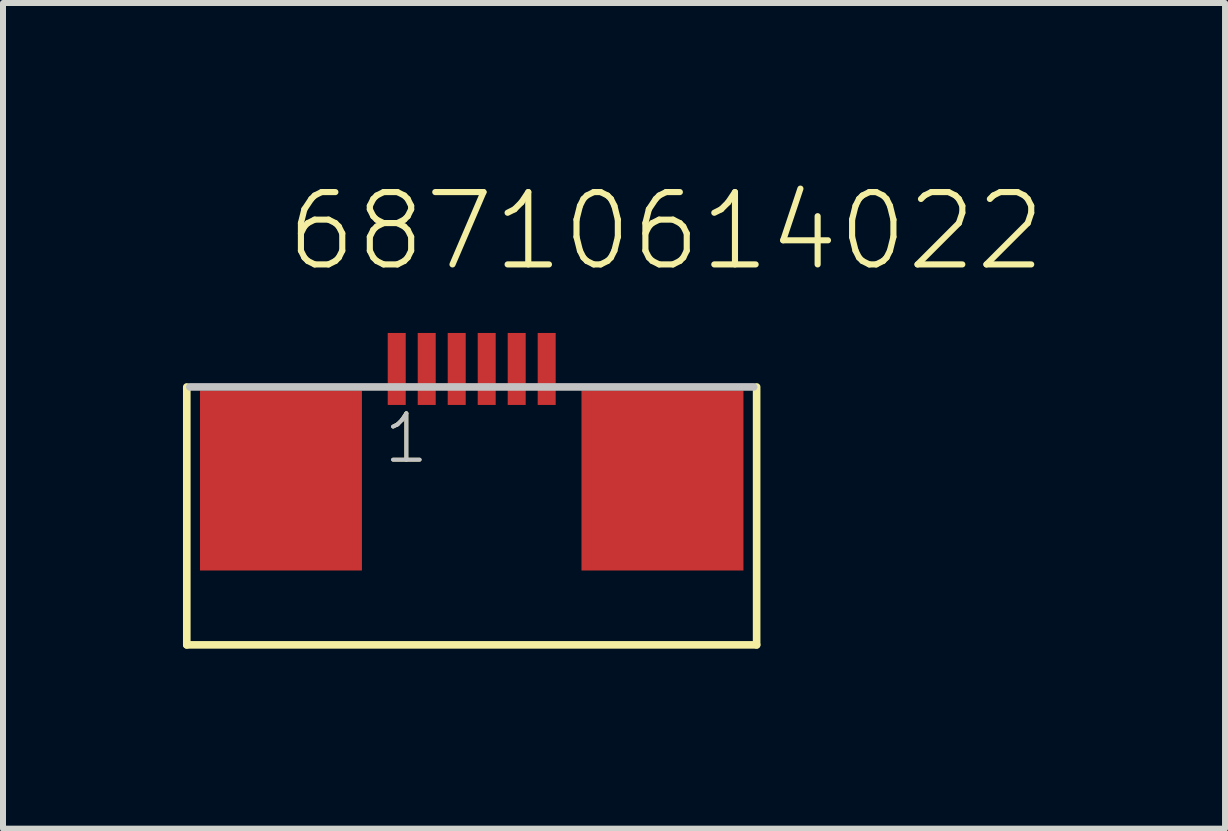
<source format=kicad_pcb>
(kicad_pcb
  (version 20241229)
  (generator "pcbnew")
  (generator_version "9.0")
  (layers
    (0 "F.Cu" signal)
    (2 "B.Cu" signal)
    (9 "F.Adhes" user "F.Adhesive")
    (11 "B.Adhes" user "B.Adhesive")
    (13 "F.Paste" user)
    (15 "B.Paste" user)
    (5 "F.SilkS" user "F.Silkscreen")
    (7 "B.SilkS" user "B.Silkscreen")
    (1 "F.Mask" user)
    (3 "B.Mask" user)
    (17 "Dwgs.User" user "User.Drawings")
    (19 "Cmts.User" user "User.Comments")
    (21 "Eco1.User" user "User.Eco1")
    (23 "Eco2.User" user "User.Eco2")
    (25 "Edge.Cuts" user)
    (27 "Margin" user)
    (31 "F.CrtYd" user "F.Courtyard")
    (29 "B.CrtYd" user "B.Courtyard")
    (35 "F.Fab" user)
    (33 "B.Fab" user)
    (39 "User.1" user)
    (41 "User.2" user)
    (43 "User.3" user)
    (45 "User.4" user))
  (footprint "68710614022"
    (layer "F.Cu")
    (at 4.814 4.961)
    (property "Reference" "68710614022" (at -3.144 -3.45 0) (layer "F.SilkS") (effects (font (size 1.206 1.206) (thickness 0.102)) (justify left bottom)))
    (attr through_hole)
    (fp_line (start -4.75 -1.56) (end -4.75 2.74) (stroke (width 0.127) (type solid)) (layer "F.SilkS"))
    (fp_line (start -4.75 2.74) (end 4.75 2.74) (stroke (width 0.127) (type solid)) (layer "F.SilkS"))
    (fp_line (start 4.75 2.74) (end 4.75 -1.56) (stroke (width 0.127) (type solid)) (layer "F.SilkS"))
    (fp_line (start 4.7 -1.56) (end -4.7 -1.56) (stroke (width 0.127) (type solid)) (layer "Dwgs.User"))
    (fp_text user "1" (at -1.5 -0.25 0) (layer "F.SilkS") (effects (font (size 0.772 0.772) (thickness 0.065)) (justify left bottom)))
    (fp_text user "1" (at -1.5 -0.25 0) (layer "Dwgs.User") (effects (font (size 0.772 0.772) (thickness 0.065)) (justify left bottom)))
    (pad "1" smd rect (at -1.25 -1.86) (size 0.3 1.2) (layers "F.Cu" "F.Mask" "F.Paste"))
    (pad "2" smd rect (at -0.75 -1.86) (size 0.3 1.2) (layers "F.Cu" "F.Mask" "F.Paste"))
    (pad "3" smd rect (at -0.25 -1.86) (size 0.3 1.2) (layers "F.Cu" "F.Mask" "F.Paste"))
    (pad "4" smd rect (at 0.25 -1.86) (size 0.3 1.2) (layers "F.Cu" "F.Mask" "F.Paste"))
    (pad "5" smd rect (at 0.75 -1.86) (size 0.3 1.2) (layers "F.Cu" "F.Mask" "F.Paste"))
    (pad "6" smd rect (at 1.25 -1.86) (size 0.3 1.2) (layers "F.Cu" "F.Mask" "F.Paste"))
    (pad "Z1" smd rect (at -3.18 0) (size 2.7 3) (layers "F.Cu" "F.Mask" "F.Paste"))
    (pad "Z2" smd rect (at 3.18 0) (size 2.7 3) (layers "F.Cu" "F.Mask" "F.Paste")))
  (gr_rect
    (start -3 -3)
    (end 17.373 10.765)
    (stroke (width 0.1) (type default))
    (fill no)
    (layer "Edge.Cuts")))
</source>
